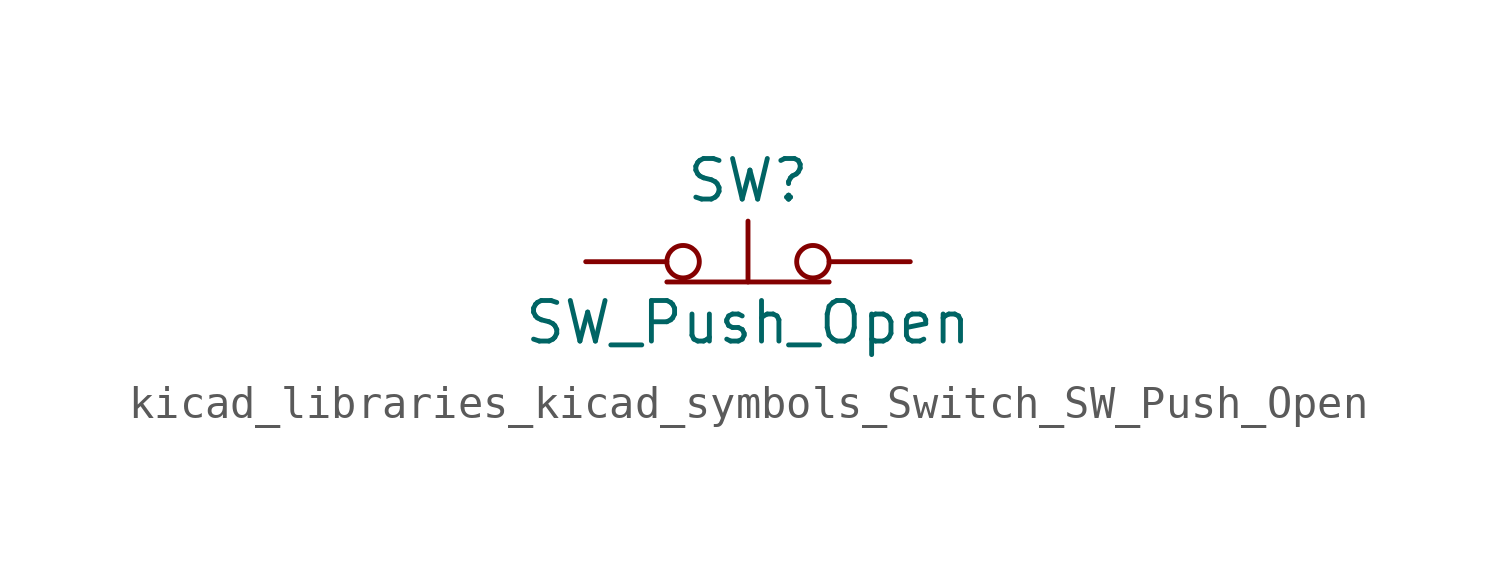
<source format=kicad_sym>
(kicad_symbol_lib
  (version 20220914)
  (generator kicad_symbol_editor)
  (symbol "kicad_libraries_kicad_symbols_Switch_SW_Push_Open"
    (pin_numbers hide)
    (pin_names
      (offset 1.016) hide)
    (property "Reference" "SW"
      (at 0 2.54 0)
      (effects (font (size 1.27 1.27))))
    (property "Value" "SW_Push_Open"
      (at 0 -1.905 0)
      (effects (font (size 1.27 1.27))))
    (symbol "kicad_libraries_kicad_symbols_Switch_SW_Push_Open_0_1"
      (circle (center -2.032 0) (radius 0.508) (stroke (width 0) (type default)) (fill (type none)))
      (polyline (pts (xy -2.54 -0.635) (xy 2.54 -0.635)) (stroke (width 0) (type default)) (fill (type none)))
      (polyline (pts (xy 0 -0.635) (xy 0 1.27)) (stroke (width 0) (type default)) (fill (type none)))
      (circle (center 2.032 0) (radius 0.508) (stroke (width 0) (type default)) (fill (type none)))
      (pin passive line (at -5.08 0 0) (length 2.54) (name "A" (effects (font (size 1.27 1.27)))) (number "1" (effects (font (size 1.27 1.27))))))
    (symbol "kicad_libraries_kicad_symbols_Switch_SW_Push_Open_1_1"
      (pin passive line (at 5.08 0 180) (length 2.54) (name "B" (effects (font (size 1.27 1.27)))) (number "2" (effects (font (size 1.27 1.27))))))))
</source>
